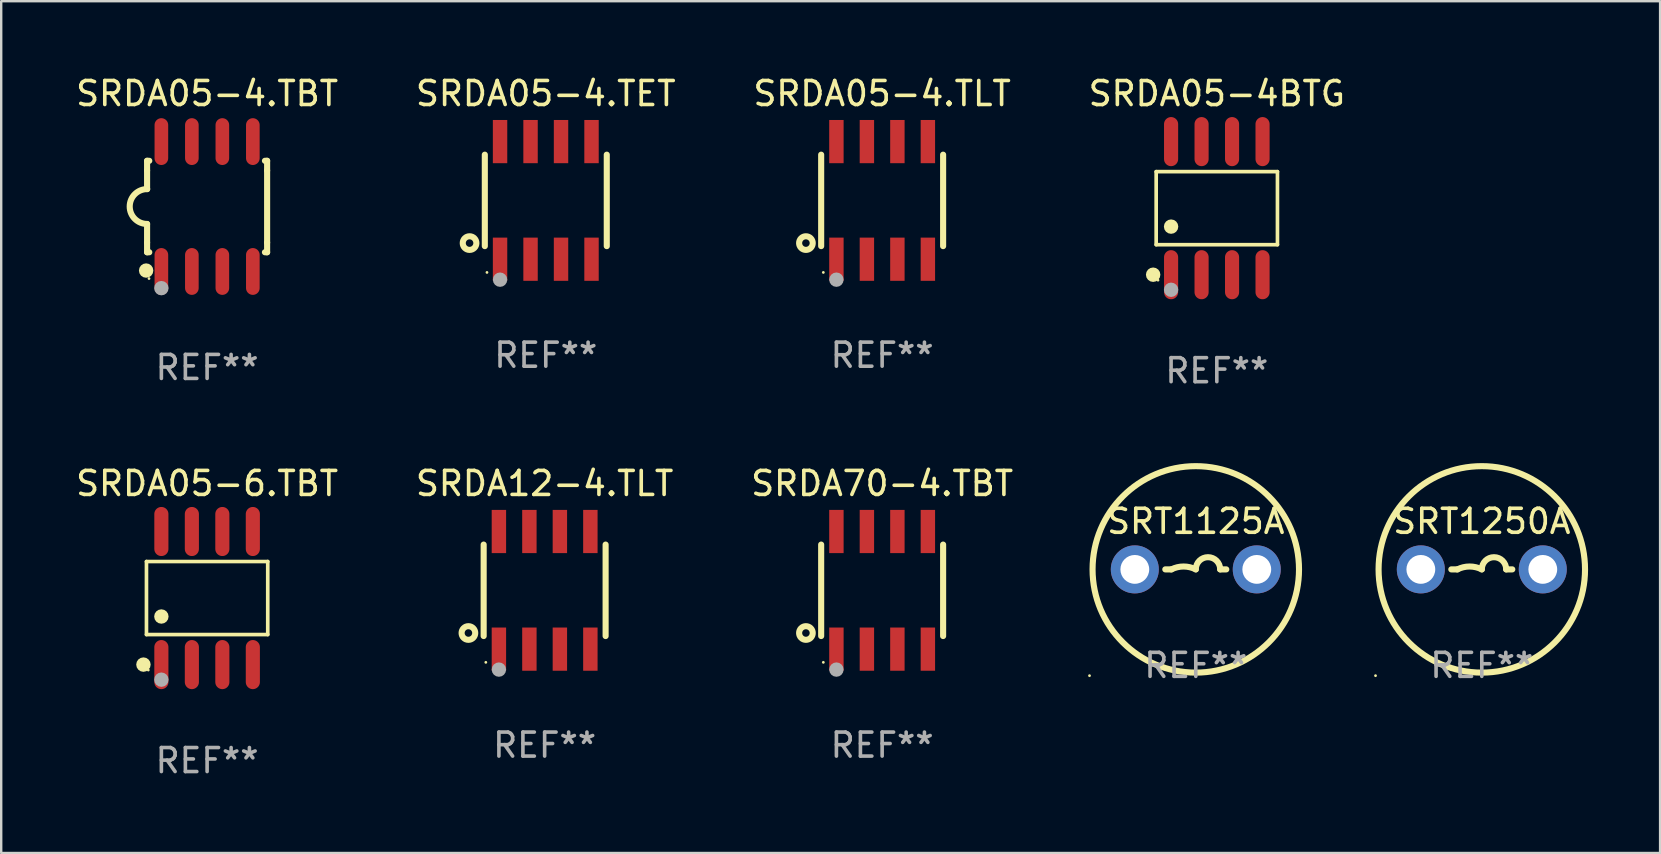
<source format=kicad_pcb>
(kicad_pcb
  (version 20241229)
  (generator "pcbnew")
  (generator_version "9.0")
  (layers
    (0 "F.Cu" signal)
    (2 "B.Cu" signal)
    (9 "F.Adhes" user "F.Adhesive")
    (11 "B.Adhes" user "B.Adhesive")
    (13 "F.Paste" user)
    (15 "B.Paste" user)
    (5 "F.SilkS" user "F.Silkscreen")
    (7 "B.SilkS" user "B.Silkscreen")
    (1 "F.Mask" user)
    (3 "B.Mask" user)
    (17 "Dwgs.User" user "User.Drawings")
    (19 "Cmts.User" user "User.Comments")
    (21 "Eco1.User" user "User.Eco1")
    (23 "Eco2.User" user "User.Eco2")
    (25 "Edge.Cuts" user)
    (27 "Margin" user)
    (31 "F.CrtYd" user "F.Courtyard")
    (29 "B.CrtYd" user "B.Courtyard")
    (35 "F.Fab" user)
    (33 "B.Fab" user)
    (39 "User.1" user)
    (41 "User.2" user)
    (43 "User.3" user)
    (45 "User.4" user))
  (footprint "SRT1125A"
    (layer "F.Cu")
    (at 46.761 20.668)
    (property "Reference" "SRT1125A" (at 0 -2 0) (layer "F.SilkS") (effects (font (size 1 1) (thickness 0.15))))
    (attr through_hole)
    (fp_line (start -1.016 0) (end -1.27 0) (stroke (width 0.254) (type solid)) (layer "F.SilkS"))
    (fp_line (start 1.016 0) (end 1.27 0) (stroke (width 0.254) (type solid)) (layer "F.SilkS"))
    (fp_arc (start -1.016002 0) (mid -0.508001 -0.119923) (end 0 0) (stroke (width 0.254001) (type solid)) (layer "F.SilkS"))
    (fp_arc (start 0 0) (mid 0.508001 -0.508001) (end 1.016002 0) (stroke (width 0.254001) (type solid)) (layer "F.SilkS"))
    (fp_circle (center -4.427 4.427) (end -4.397 4.427) (stroke (width 0.06) (type solid)) (fill no) (layer "F.SilkS"))
    (fp_circle (center 0 0) (end 4.3 0) (stroke (width 0.254) (type solid)) (fill no) (layer "F.SilkS"))
    (fp_text user "REF**" (at 0 4 0) (layer "F.Fab") (effects (font (size 1 1) (thickness 0.15))))
    (pad "1" thru_hole circle (at -2.54 0) (size 2 2) (drill 1.2) (layers "*.Cu" "*.Mask"))
    (pad "2" thru_hole circle (at 2.54 0) (size 2 2) (drill 1.2) (layers "*.Cu" "*.Mask")))
  (footprint "SRDA05-4.TLT"
    (layer "F.Cu")
    (at 33.696 5.298)
    (property "Reference" "SRDA05-4.TLT" (at 0 -4.45 0) (layer "F.SilkS") (effects (font (size 1 1) (thickness 0.15))))
    (attr through_hole)
    (fp_line (start -2.54 -1.905) (end -2.54 1.905) (stroke (width 0.254) (type solid)) (layer "F.SilkS"))
    (fp_line (start 2.54 -1.905) (end 2.54 1.905) (stroke (width 0.254) (type solid)) (layer "F.SilkS"))
    (fp_circle (center -3.175 1.778) (end -2.891 1.778) (stroke (width 0.254) (type solid)) (fill no) (layer "F.SilkS"))
    (fp_circle (center -2.45 3) (end -2.42 3) (stroke (width 0.06) (type solid)) (fill no) (layer "F.SilkS"))
    (fp_circle (center -1.905 3.302) (end -1.755 3.302) (stroke (width 0.3) (type solid)) (fill no) (layer "F.Fab"))
    (fp_text user "REF**" (at 0 6.45 0) (layer "F.Fab") (effects (font (size 1 1) (thickness 0.15))))
    (pad "1" smd rect (at -1.905 2.45) (size 0.6 1.8) (layers "F.Cu" "F.Mask" "F.Paste"))
    (pad "2" smd rect (at -0.635 2.45) (size 0.6 1.8) (layers "F.Cu" "F.Mask" "F.Paste"))
    (pad "3" smd rect (at 0.635 2.45) (size 0.6 1.8) (layers "F.Cu" "F.Mask" "F.Paste"))
    (pad "4" smd rect (at 1.905 2.45) (size 0.6 1.8) (layers "F.Cu" "F.Mask" "F.Paste"))
    (pad "5" smd rect (at 1.905 -2.45 180) (size 0.6 1.8) (layers "F.Cu" "F.Mask" "F.Paste"))
    (pad "6" smd rect (at 0.635 -2.45 180) (size 0.6 1.8) (layers "F.Cu" "F.Mask" "F.Paste"))
    (pad "7" smd rect (at -0.635 -2.45 180) (size 0.6 1.8) (layers "F.Cu" "F.Mask" "F.Paste"))
    (pad "8" smd rect (at -1.905 -2.45 180) (size 0.6 1.8) (layers "F.Cu" "F.Mask" "F.Paste")))
  (footprint "SRDA05-6.TBT"
    (layer "F.Cu")
    (at 5.577 21.862)
    (property "Reference" "SRDA05-6.TBT" (at 0 -4.772 0) (layer "F.SilkS") (effects (font (size 1 1) (thickness 0.15))))
    (attr through_hole)
    (fp_line (start -2.526 -1.521) (end 2.526 -1.521) (stroke (width 0.152) (type solid)) (layer "F.SilkS"))
    (fp_line (start -2.526 1.521) (end -2.526 -1.521) (stroke (width 0.152) (type solid)) (layer "F.SilkS"))
    (fp_line (start 2.526 -1.521) (end 2.526 1.521) (stroke (width 0.152) (type solid)) (layer "F.SilkS"))
    (fp_line (start 2.526 1.521) (end -2.526 1.521) (stroke (width 0.152) (type solid)) (layer "F.SilkS"))
    (fp_circle (center -2.652 2.772) (end -2.501 2.772) (stroke (width 0.3) (type solid)) (fill no) (layer "F.SilkS"))
    (fp_circle (center -2.45 3) (end -2.42 3) (stroke (width 0.06) (type solid)) (fill no) (layer "F.SilkS"))
    (fp_circle (center -1.905 0.769) (end -1.755 0.769) (stroke (width 0.3) (type solid)) (fill no) (layer "F.SilkS"))
    (fp_circle (center -1.905 3.4) (end -1.755 3.4) (stroke (width 0.3) (type solid)) (fill no) (layer "F.Fab"))
    (fp_text user "REF**" (at 0 6.772 0) (layer "F.Fab") (effects (font (size 1 1) (thickness 0.15))))
    (pad "1" smd oval (at -1.905 2.772) (size 0.588 2.045) (layers "F.Cu" "F.Mask" "F.Paste"))
    (pad "2" smd oval (at -0.635 2.772) (size 0.588 2.045) (layers "F.Cu" "F.Mask" "F.Paste"))
    (pad "3" smd oval (at 0.635 2.772) (size 0.588 2.045) (layers "F.Cu" "F.Mask" "F.Paste"))
    (pad "4" smd oval (at 1.905 2.772) (size 0.588 2.045) (layers "F.Cu" "F.Mask" "F.Paste"))
    (pad "5" smd oval (at 1.905 -2.772) (size 0.588 2.045) (layers "F.Cu" "F.Mask" "F.Paste"))
    (pad "6" smd oval (at 0.635 -2.772) (size 0.588 2.045) (layers "F.Cu" "F.Mask" "F.Paste"))
    (pad "7" smd oval (at -0.635 -2.772) (size 0.588 2.045) (layers "F.Cu" "F.Mask" "F.Paste"))
    (pad "8" smd oval (at -1.905 -2.772) (size 0.588 2.045) (layers "F.Cu" "F.Mask" "F.Paste")))
  (footprint "SRDA12-4.TLT"
    (layer "F.Cu")
    (at 19.637 21.54)
    (property "Reference" "SRDA12-4.TLT" (at 0 -4.45 0) (layer "F.SilkS") (effects (font (size 1 1) (thickness 0.15))))
    (attr through_hole)
    (fp_line (start -2.54 -1.905) (end -2.54 1.905) (stroke (width 0.254) (type solid)) (layer "F.SilkS"))
    (fp_line (start 2.54 -1.905) (end 2.54 1.905) (stroke (width 0.254) (type solid)) (layer "F.SilkS"))
    (fp_circle (center -3.175 1.778) (end -2.891 1.778) (stroke (width 0.254) (type solid)) (fill no) (layer "F.SilkS"))
    (fp_circle (center -2.45 3) (end -2.42 3) (stroke (width 0.06) (type solid)) (fill no) (layer "F.SilkS"))
    (fp_circle (center -1.905 3.302) (end -1.755 3.302) (stroke (width 0.3) (type solid)) (fill no) (layer "F.Fab"))
    (fp_text user "REF**" (at 0 6.45 0) (layer "F.Fab") (effects (font (size 1 1) (thickness 0.15))))
    (pad "1" smd rect (at -1.905 2.45) (size 0.6 1.8) (layers "F.Cu" "F.Mask" "F.Paste"))
    (pad "2" smd rect (at -0.635 2.45) (size 0.6 1.8) (layers "F.Cu" "F.Mask" "F.Paste"))
    (pad "3" smd rect (at 0.635 2.45) (size 0.6 1.8) (layers "F.Cu" "F.Mask" "F.Paste"))
    (pad "4" smd rect (at 1.905 2.45) (size 0.6 1.8) (layers "F.Cu" "F.Mask" "F.Paste"))
    (pad "5" smd rect (at 1.905 -2.45 180) (size 0.6 1.8) (layers "F.Cu" "F.Mask" "F.Paste"))
    (pad "6" smd rect (at 0.635 -2.45 180) (size 0.6 1.8) (layers "F.Cu" "F.Mask" "F.Paste"))
    (pad "7" smd rect (at -0.635 -2.45 180) (size 0.6 1.8) (layers "F.Cu" "F.Mask" "F.Paste"))
    (pad "8" smd rect (at -1.905 -2.45 180) (size 0.6 1.8) (layers "F.Cu" "F.Mask" "F.Paste")))
  (footprint "SRDA05-4.TET"
    (layer "F.Cu")
    (at 19.685 5.298)
    (property "Reference" "SRDA05-4.TET" (at 0 -4.45 0) (layer "F.SilkS") (effects (font (size 1 1) (thickness 0.15))))
    (attr through_hole)
    (fp_line (start -2.54 -1.905) (end -2.54 1.905) (stroke (width 0.254) (type solid)) (layer "F.SilkS"))
    (fp_line (start 2.54 -1.905) (end 2.54 1.905) (stroke (width 0.254) (type solid)) (layer "F.SilkS"))
    (fp_circle (center -3.175 1.778) (end -2.891 1.778) (stroke (width 0.254) (type solid)) (fill no) (layer "F.SilkS"))
    (fp_circle (center -2.45 3) (end -2.42 3) (stroke (width 0.06) (type solid)) (fill no) (layer "F.SilkS"))
    (fp_circle (center -1.905 3.302) (end -1.755 3.302) (stroke (width 0.3) (type solid)) (fill no) (layer "F.Fab"))
    (fp_text user "REF**" (at 0 6.45 0) (layer "F.Fab") (effects (font (size 1 1) (thickness 0.15))))
    (pad "1" smd rect (at -1.905 2.45) (size 0.6 1.8) (layers "F.Cu" "F.Mask" "F.Paste"))
    (pad "2" smd rect (at -0.635 2.45) (size 0.6 1.8) (layers "F.Cu" "F.Mask" "F.Paste"))
    (pad "3" smd rect (at 0.635 2.45) (size 0.6 1.8) (layers "F.Cu" "F.Mask" "F.Paste"))
    (pad "4" smd rect (at 1.905 2.45) (size 0.6 1.8) (layers "F.Cu" "F.Mask" "F.Paste"))
    (pad "5" smd rect (at 1.905 -2.45 180) (size 0.6 1.8) (layers "F.Cu" "F.Mask" "F.Paste"))
    (pad "6" smd rect (at 0.635 -2.45 180) (size 0.6 1.8) (layers "F.Cu" "F.Mask" "F.Paste"))
    (pad "7" smd rect (at -0.635 -2.45 180) (size 0.6 1.8) (layers "F.Cu" "F.Mask" "F.Paste"))
    (pad "8" smd rect (at -1.905 -2.45 180) (size 0.6 1.8) (layers "F.Cu" "F.Mask" "F.Paste")))
  (footprint "SRT1250A"
    (layer "F.Cu")
    (at 58.675 20.668)
    (property "Reference" "SRT1250A" (at 0 -2 0) (layer "F.SilkS") (effects (font (size 1 1) (thickness 0.15))))
    (attr through_hole)
    (fp_line (start -1.016 0) (end -1.27 0) (stroke (width 0.254) (type solid)) (layer "F.SilkS"))
    (fp_line (start 1.016 0) (end 1.27 0) (stroke (width 0.254) (type solid)) (layer "F.SilkS"))
    (fp_arc (start -1.016002 0) (mid -0.508001 -0.119923) (end 0 0) (stroke (width 0.254001) (type solid)) (layer "F.SilkS"))
    (fp_arc (start 0 0) (mid 0.508001 -0.508001) (end 1.016002 0) (stroke (width 0.254001) (type solid)) (layer "F.SilkS"))
    (fp_circle (center -4.427 4.427) (end -4.397 4.427) (stroke (width 0.06) (type solid)) (fill no) (layer "F.SilkS"))
    (fp_circle (center 0 0) (end 4.3 0) (stroke (width 0.254) (type solid)) (fill no) (layer "F.SilkS"))
    (fp_text user "REF**" (at 0 4 0) (layer "F.Fab") (effects (font (size 1 1) (thickness 0.15))))
    (pad "1" thru_hole circle (at -2.54 0) (size 2 2) (drill 1.2) (layers "*.Cu" "*.Mask"))
    (pad "2" thru_hole circle (at 2.54 0) (size 2 2) (drill 1.2) (layers "*.Cu" "*.Mask")))
  (footprint "SRDA05-4.TBT"
    (layer "F.Cu")
    (at 5.577 5.553)
    (property "Reference" "SRDA05-4.TBT" (at 0 -4.705 0) (layer "F.SilkS") (effects (font (size 1 1) (thickness 0.15))))
    (attr through_hole)
    (fp_line (start -2.5 -1.905) (end -2.409 -1.905) (stroke (width 0.254) (type solid)) (layer "F.SilkS"))
    (fp_line (start -2.5 -1.5) (end -2.5 -1.905) (stroke (width 0.254) (type solid)) (layer "F.SilkS"))
    (fp_line (start -2.5 -1.5) (end -2.5 -0.726) (stroke (width 0.254) (type solid)) (layer "F.SilkS"))
    (fp_line (start -2.5 1.5) (end -2.5 0.727) (stroke (width 0.254) (type solid)) (layer "F.SilkS"))
    (fp_line (start -2.5 1.5) (end -2.5 1.905) (stroke (width 0.254) (type solid)) (layer "F.SilkS"))
    (fp_line (start -2.5 1.905) (end -2.409 1.905) (stroke (width 0.254) (type solid)) (layer "F.SilkS"))
    (fp_line (start 2.5 -1.905) (end 2.409 -1.905) (stroke (width 0.254) (type solid)) (layer "F.SilkS"))
    (fp_line (start 2.5 -1.5) (end 2.5 -1.905) (stroke (width 0.254) (type solid)) (layer "F.SilkS"))
    (fp_line (start 2.5 -1.5) (end 2.5 1.5) (stroke (width 0.254) (type solid)) (layer "F.SilkS"))
    (fp_line (start 2.5 1.5) (end 2.5 1.905) (stroke (width 0.254) (type solid)) (layer "F.SilkS"))
    (fp_line (start 2.5 1.905) (end 2.409 1.905) (stroke (width 0.254) (type solid)) (layer "F.SilkS"))
    (fp_arc (start -2.5 0.726568) (mid -3.220316 -0.0023) (end -2.495097 -0.726289) (stroke (width 0.254001) (type solid)) (layer "F.SilkS"))
    (fp_circle (center -2.54 2.667) (end -2.39 2.667) (stroke (width 0.3) (type solid)) (fill no) (layer "F.SilkS"))
    (fp_circle (center -2.42 3) (end -2.39 3) (stroke (width 0.06) (type solid)) (fill no) (layer "F.SilkS"))
    (fp_circle (center -1.905 3.4) (end -1.755 3.4) (stroke (width 0.3) (type solid)) (fill no) (layer "F.Fab"))
    (fp_text user "REF**" (at 0 6.705 0) (layer "F.Fab") (effects (font (size 1 1) (thickness 0.15))))
    (pad "1" smd oval (at -1.905 2.705) (size 0.568 1.95) (layers "F.Cu" "F.Mask" "F.Paste"))
    (pad "2" smd oval (at -0.635 2.705) (size 0.568 1.95) (layers "F.Cu" "F.Mask" "F.Paste"))
    (pad "3" smd oval (at 0.635 2.705) (size 0.568 1.95) (layers "F.Cu" "F.Mask" "F.Paste"))
    (pad "4" smd oval (at 1.905 2.705) (size 0.568 1.95) (layers "F.Cu" "F.Mask" "F.Paste"))
    (pad "5" smd oval (at 1.905 -2.705) (size 0.568 1.95) (layers "F.Cu" "F.Mask" "F.Paste"))
    (pad "6" smd oval (at 0.635 -2.705) (size 0.568 1.95) (layers "F.Cu" "F.Mask" "F.Paste"))
    (pad "7" smd oval (at -0.635 -2.705) (size 0.568 1.95) (layers "F.Cu" "F.Mask" "F.Paste"))
    (pad "8" smd oval (at -1.905 -2.705) (size 0.568 1.95) (layers "F.Cu" "F.Mask" "F.Paste")))
  (footprint "SRDA70-4.TBT"
    (layer "F.Cu")
    (at 33.696 21.54)
    (property "Reference" "SRDA70-4.TBT" (at 0 -4.45 0) (layer "F.SilkS") (effects (font (size 1 1) (thickness 0.15))))
    (attr through_hole)
    (fp_line (start -2.54 -1.905) (end -2.54 1.905) (stroke (width 0.254) (type solid)) (layer "F.SilkS"))
    (fp_line (start 2.54 -1.905) (end 2.54 1.905) (stroke (width 0.254) (type solid)) (layer "F.SilkS"))
    (fp_circle (center -3.175 1.778) (end -2.891 1.778) (stroke (width 0.254) (type solid)) (fill no) (layer "F.SilkS"))
    (fp_circle (center -2.45 3) (end -2.42 3) (stroke (width 0.06) (type solid)) (fill no) (layer "F.SilkS"))
    (fp_circle (center -1.905 3.302) (end -1.755 3.302) (stroke (width 0.3) (type solid)) (fill no) (layer "F.Fab"))
    (fp_text user "REF**" (at 0 6.45 0) (layer "F.Fab") (effects (font (size 1 1) (thickness 0.15))))
    (pad "1" smd rect (at -1.905 2.45) (size 0.6 1.8) (layers "F.Cu" "F.Mask" "F.Paste"))
    (pad "2" smd rect (at -0.635 2.45) (size 0.6 1.8) (layers "F.Cu" "F.Mask" "F.Paste"))
    (pad "3" smd rect (at 0.635 2.45) (size 0.6 1.8) (layers "F.Cu" "F.Mask" "F.Paste"))
    (pad "4" smd rect (at 1.905 2.45) (size 0.6 1.8) (layers "F.Cu" "F.Mask" "F.Paste"))
    (pad "5" smd rect (at 1.905 -2.45 180) (size 0.6 1.8) (layers "F.Cu" "F.Mask" "F.Paste"))
    (pad "6" smd rect (at 0.635 -2.45 180) (size 0.6 1.8) (layers "F.Cu" "F.Mask" "F.Paste"))
    (pad "7" smd rect (at -0.635 -2.45 180) (size 0.6 1.8) (layers "F.Cu" "F.Mask" "F.Paste"))
    (pad "8" smd rect (at -1.905 -2.45 180) (size 0.6 1.8) (layers "F.Cu" "F.Mask" "F.Paste")))
  (footprint "SRDA05-4BTG"
    (layer "F.Cu")
    (at 47.637 5.621)
    (property "Reference" "SRDA05-4BTG" (at 0 -4.772 0) (layer "F.SilkS") (effects (font (size 1 1) (thickness 0.15))))
    (attr through_hole)
    (fp_line (start -2.526 -1.521) (end 2.526 -1.521) (stroke (width 0.152) (type solid)) (layer "F.SilkS"))
    (fp_line (start -2.526 1.521) (end -2.526 -1.521) (stroke (width 0.152) (type solid)) (layer "F.SilkS"))
    (fp_line (start 2.526 -1.521) (end 2.526 1.521) (stroke (width 0.152) (type solid)) (layer "F.SilkS"))
    (fp_line (start 2.526 1.521) (end -2.526 1.521) (stroke (width 0.152) (type solid)) (layer "F.SilkS"))
    (fp_circle (center -2.652 2.772) (end -2.501 2.772) (stroke (width 0.3) (type solid)) (fill no) (layer "F.SilkS"))
    (fp_circle (center -2.45 3) (end -2.42 3) (stroke (width 0.06) (type solid)) (fill no) (layer "F.SilkS"))
    (fp_circle (center -1.905 0.769) (end -1.755 0.769) (stroke (width 0.3) (type solid)) (fill no) (layer "F.SilkS"))
    (fp_circle (center -1.905 3.4) (end -1.755 3.4) (stroke (width 0.3) (type solid)) (fill no) (layer "F.Fab"))
    (fp_text user "REF**" (at 0 6.772 0) (layer "F.Fab") (effects (font (size 1 1) (thickness 0.15))))
    (pad "1" smd oval (at -1.905 2.772) (size 0.588 2.045) (layers "F.Cu" "F.Mask" "F.Paste"))
    (pad "2" smd oval (at -0.635 2.772) (size 0.588 2.045) (layers "F.Cu" "F.Mask" "F.Paste"))
    (pad "3" smd oval (at 0.635 2.772) (size 0.588 2.045) (layers "F.Cu" "F.Mask" "F.Paste"))
    (pad "4" smd oval (at 1.905 2.772) (size 0.588 2.045) (layers "F.Cu" "F.Mask" "F.Paste"))
    (pad "5" smd oval (at 1.905 -2.772) (size 0.588 2.045) (layers "F.Cu" "F.Mask" "F.Paste"))
    (pad "6" smd oval (at 0.635 -2.772) (size 0.588 2.045) (layers "F.Cu" "F.Mask" "F.Paste"))
    (pad "7" smd oval (at -0.635 -2.772) (size 0.588 2.045) (layers "F.Cu" "F.Mask" "F.Paste"))
    (pad "8" smd oval (at -1.905 -2.772) (size 0.588 2.045) (layers "F.Cu" "F.Mask" "F.Paste")))
  (gr_rect
    (start -3 -3)
    (end 66.102 32.483)
    (stroke (width 0.1) (type default))
    (fill no)
    (layer "Edge.Cuts")))
</source>
